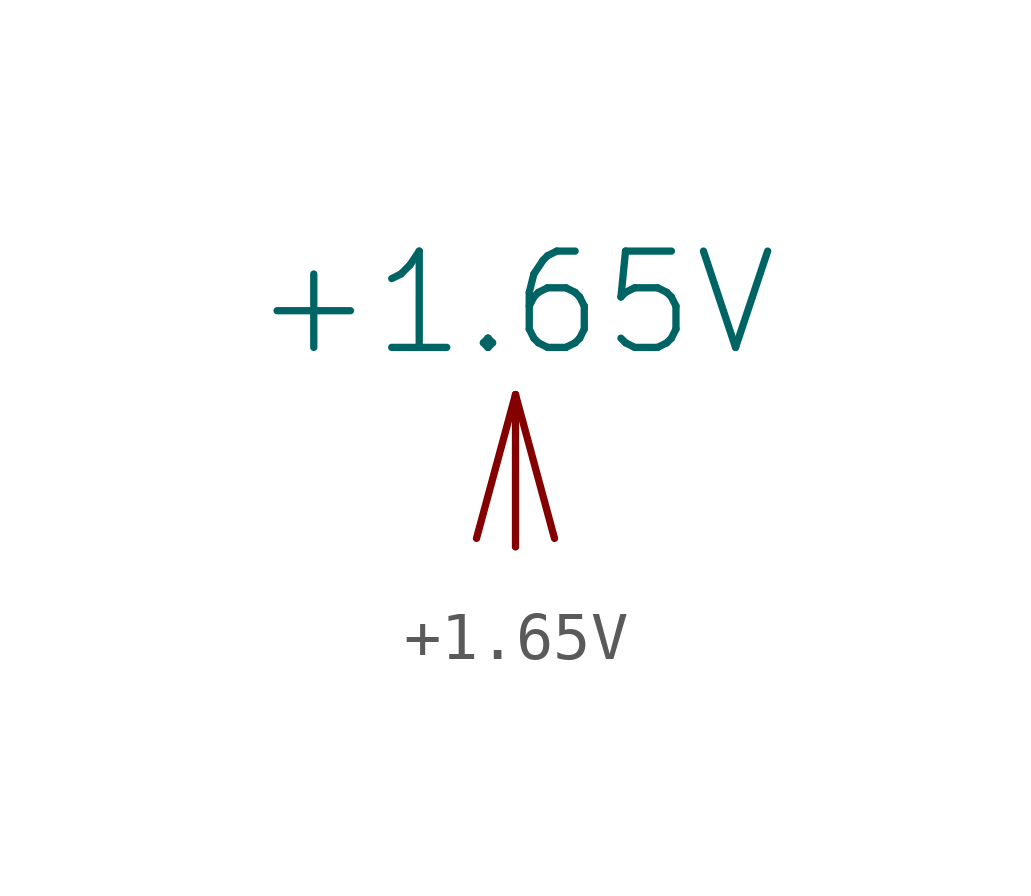
<source format=kicad_sym>
(kicad_symbol_lib
  (version 20231120)
  (generator "kicad_symbol_editor")
  (generator_version "8.0")
  (symbol "+1.65V"
    (power)
    (pin_numbers hide)
    (pin_names
      (offset 0) hide)
    (property "Reference" "#PWR"
      (at 0 -2.54 0)
      (effects (font (size 2.007 2.007)) (hide yes)))
    (property "Value" "+1.65V"
      (at 0 5.08 0)
      (effects (font (size 2.007 2.007))))
    (property "Footprint" ""
      (at 0 3.175 90)
      (effects (font (size 2.489 2.489))))
    (symbol "+1.65V_0_1"
      (polyline (pts (xy 0 3.175) (xy -0.813 0.178)) (stroke (width 0) (type solid)) (fill (type none)))
      (polyline (pts (xy 0 3.175) (xy 0 0)) (stroke (width 0) (type solid)) (fill (type none)))
      (polyline (pts (xy 0.813 0.178) (xy 0 3.175)) (stroke (width 0) (type solid)) (fill (type none))))
    (symbol "+1.65V_1_1"
      (pin power_in line (at 0 0 90) (length 0) hide (name "+1.65V" (effects (font (size 1.803 1.803)))) (number "1" (effects (font (size 1.803 1.803))))))))
</source>
